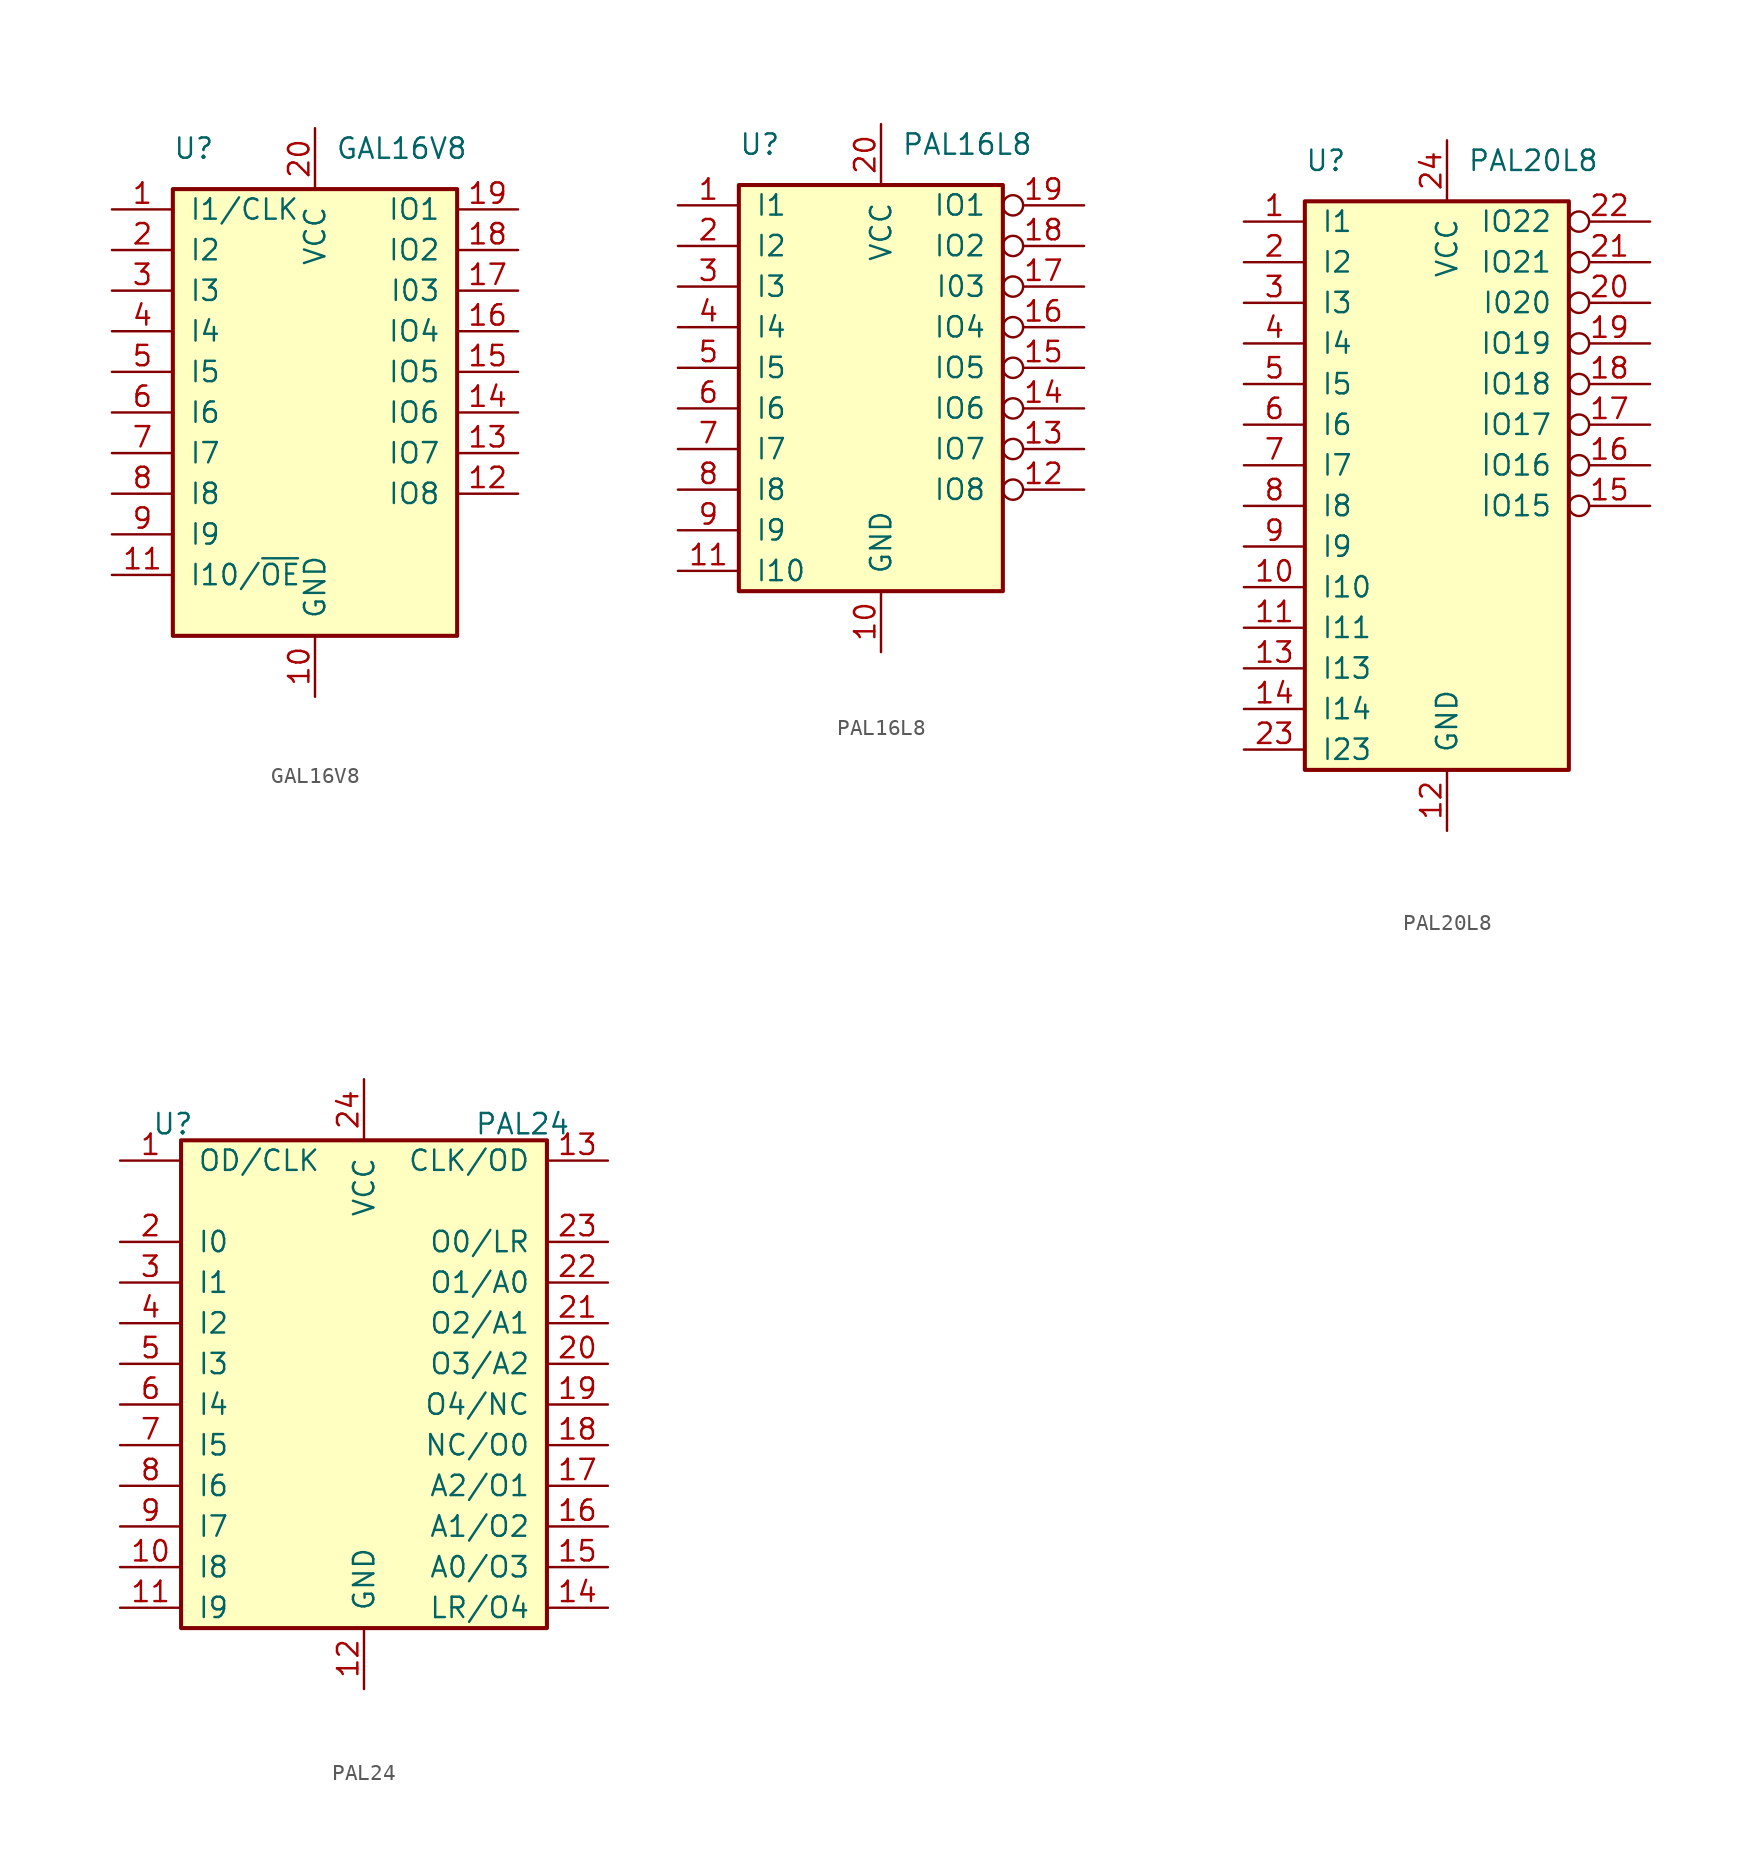
<source format=kicad_sym>
(kicad_symbol_lib
  (version 20231120)
  (generator "kicad_symbol_editor")
  (generator_version "8.0")
  (symbol "GAL16V8"
    (pin_names
      (offset 1.016))
    (property "Reference" "U"
      (at -8.89 16.51 0)
      (effects (font (size 1.27 1.27)) (justify left)))
    (property "Value" "GAL16V8"
      (at 1.27 16.51 0)
      (effects (font (size 1.27 1.27)) (justify left)))
    (symbol "GAL16V8_0_0"
      (pin power_in line (at 0 -17.78 90) (length 3.81) (name "GND" (effects (font (size 1.27 1.27)))) (number "10" (effects (font (size 1.27 1.27)))))
      (pin power_in line (at 0 17.78 270) (length 3.81) (name "VCC" (effects (font (size 1.27 1.27)))) (number "20" (effects (font (size 1.27 1.27))))))
    (symbol "GAL16V8_0_1"
      (rectangle (start -8.89 13.97) (end 8.89 -13.97) (stroke (width 0.254) (type default)) (fill (type background))))
    (symbol "GAL16V8_1_1"
      (pin input line (at -12.7 12.7 0) (length 3.81) (name "I1/CLK" (effects (font (size 1.27 1.27)))) (number "1" (effects (font (size 1.27 1.27)))))
      (pin input line (at -12.7 -10.16 0) (length 3.81) (name "I10/~{OE}" (effects (font (size 1.27 1.27)))) (number "11" (effects (font (size 1.27 1.27)))))
      (pin tri_state line (at 12.7 -5.08 180) (length 3.81) (name "IO8" (effects (font (size 1.27 1.27)))) (number "12" (effects (font (size 1.27 1.27)))))
      (pin tri_state line (at 12.7 -2.54 180) (length 3.81) (name "IO7" (effects (font (size 1.27 1.27)))) (number "13" (effects (font (size 1.27 1.27)))))
      (pin tri_state line (at 12.7 0 180) (length 3.81) (name "IO6" (effects (font (size 1.27 1.27)))) (number "14" (effects (font (size 1.27 1.27)))))
      (pin tri_state line (at 12.7 2.54 180) (length 3.81) (name "IO5" (effects (font (size 1.27 1.27)))) (number "15" (effects (font (size 1.27 1.27)))))
      (pin tri_state line (at 12.7 5.08 180) (length 3.81) (name "IO4" (effects (font (size 1.27 1.27)))) (number "16" (effects (font (size 1.27 1.27)))))
      (pin tri_state line (at 12.7 7.62 180) (length 3.81) (name "I03" (effects (font (size 1.27 1.27)))) (number "17" (effects (font (size 1.27 1.27)))))
      (pin tri_state line (at 12.7 10.16 180) (length 3.81) (name "IO2" (effects (font (size 1.27 1.27)))) (number "18" (effects (font (size 1.27 1.27)))))
      (pin tri_state line (at 12.7 12.7 180) (length 3.81) (name "IO1" (effects (font (size 1.27 1.27)))) (number "19" (effects (font (size 1.27 1.27)))))
      (pin input line (at -12.7 10.16 0) (length 3.81) (name "I2" (effects (font (size 1.27 1.27)))) (number "2" (effects (font (size 1.27 1.27)))))
      (pin input line (at -12.7 7.62 0) (length 3.81) (name "I3" (effects (font (size 1.27 1.27)))) (number "3" (effects (font (size 1.27 1.27)))))
      (pin input line (at -12.7 5.08 0) (length 3.81) (name "I4" (effects (font (size 1.27 1.27)))) (number "4" (effects (font (size 1.27 1.27)))))
      (pin input line (at -12.7 2.54 0) (length 3.81) (name "I5" (effects (font (size 1.27 1.27)))) (number "5" (effects (font (size 1.27 1.27)))))
      (pin input line (at -12.7 0 0) (length 3.81) (name "I6" (effects (font (size 1.27 1.27)))) (number "6" (effects (font (size 1.27 1.27)))))
      (pin input line (at -12.7 -2.54 0) (length 3.81) (name "I7" (effects (font (size 1.27 1.27)))) (number "7" (effects (font (size 1.27 1.27)))))
      (pin input line (at -12.7 -5.08 0) (length 3.81) (name "I8" (effects (font (size 1.27 1.27)))) (number "8" (effects (font (size 1.27 1.27)))))
      (pin input line (at -12.7 -7.62 0) (length 3.81) (name "I9" (effects (font (size 1.27 1.27)))) (number "9" (effects (font (size 1.27 1.27)))))))
  (symbol "PAL16L8"
    (pin_names
      (offset 1.016))
    (property "Reference" "U"
      (at -8.89 16.51 0)
      (effects (font (size 1.27 1.27)) (justify left)))
    (property "Value" "PAL16L8"
      (at 1.27 16.51 0)
      (effects (font (size 1.27 1.27)) (justify left)))
    (symbol "PAL16L8_0_0"
      (pin power_in line (at 0 -15.24 90) (length 3.81) (name "GND" (effects (font (size 1.27 1.27)))) (number "10" (effects (font (size 1.27 1.27)))))
      (pin power_in line (at 0 17.78 270) (length 3.81) (name "VCC" (effects (font (size 1.27 1.27)))) (number "20" (effects (font (size 1.27 1.27))))))
    (symbol "PAL16L8_0_1"
      (rectangle (start -8.89 13.97) (end 7.62 -11.43) (stroke (width 0.254) (type default)) (fill (type background))))
    (symbol "PAL16L8_1_1"
      (pin input line (at -12.7 12.7 0) (length 3.81) (name "I1" (effects (font (size 1.27 1.27)))) (number "1" (effects (font (size 1.27 1.27)))))
      (pin input line (at -12.7 -10.16 0) (length 3.81) (name "I10" (effects (font (size 1.27 1.27)))) (number "11" (effects (font (size 1.27 1.27)))))
      (pin tri_state inverted (at 12.7 -5.08 180) (length 5.08) (name "IO8" (effects (font (size 1.27 1.27)))) (number "12" (effects (font (size 1.27 1.27)))))
      (pin tri_state inverted (at 12.7 -2.54 180) (length 5.08) (name "IO7" (effects (font (size 1.27 1.27)))) (number "13" (effects (font (size 1.27 1.27)))))
      (pin tri_state inverted (at 12.7 0 180) (length 5.08) (name "IO6" (effects (font (size 1.27 1.27)))) (number "14" (effects (font (size 1.27 1.27)))))
      (pin tri_state inverted (at 12.7 2.54 180) (length 5.08) (name "IO5" (effects (font (size 1.27 1.27)))) (number "15" (effects (font (size 1.27 1.27)))))
      (pin tri_state inverted (at 12.7 5.08 180) (length 5.08) (name "IO4" (effects (font (size 1.27 1.27)))) (number "16" (effects (font (size 1.27 1.27)))))
      (pin tri_state inverted (at 12.7 7.62 180) (length 5.08) (name "I03" (effects (font (size 1.27 1.27)))) (number "17" (effects (font (size 1.27 1.27)))))
      (pin tri_state inverted (at 12.7 10.16 180) (length 5.08) (name "IO2" (effects (font (size 1.27 1.27)))) (number "18" (effects (font (size 1.27 1.27)))))
      (pin tri_state inverted (at 12.7 12.7 180) (length 5.08) (name "IO1" (effects (font (size 1.27 1.27)))) (number "19" (effects (font (size 1.27 1.27)))))
      (pin input line (at -12.7 10.16 0) (length 3.81) (name "I2" (effects (font (size 1.27 1.27)))) (number "2" (effects (font (size 1.27 1.27)))))
      (pin input line (at -12.7 7.62 0) (length 3.81) (name "I3" (effects (font (size 1.27 1.27)))) (number "3" (effects (font (size 1.27 1.27)))))
      (pin input line (at -12.7 5.08 0) (length 3.81) (name "I4" (effects (font (size 1.27 1.27)))) (number "4" (effects (font (size 1.27 1.27)))))
      (pin input line (at -12.7 2.54 0) (length 3.81) (name "I5" (effects (font (size 1.27 1.27)))) (number "5" (effects (font (size 1.27 1.27)))))
      (pin input line (at -12.7 0 0) (length 3.81) (name "I6" (effects (font (size 1.27 1.27)))) (number "6" (effects (font (size 1.27 1.27)))))
      (pin input line (at -12.7 -2.54 0) (length 3.81) (name "I7" (effects (font (size 1.27 1.27)))) (number "7" (effects (font (size 1.27 1.27)))))
      (pin input line (at -12.7 -5.08 0) (length 3.81) (name "I8" (effects (font (size 1.27 1.27)))) (number "8" (effects (font (size 1.27 1.27)))))
      (pin input line (at -12.7 -7.62 0) (length 3.81) (name "I9" (effects (font (size 1.27 1.27)))) (number "9" (effects (font (size 1.27 1.27)))))))
  (symbol "PAL20L8"
    (pin_names
      (offset 1.016))
    (property "Reference" "U"
      (at -8.89 21.59 0)
      (effects (font (size 1.27 1.27)) (justify left)))
    (property "Value" "PAL20L8"
      (at 1.27 21.59 0)
      (effects (font (size 1.27 1.27)) (justify left)))
    (symbol "PAL20L8_0_0"
      (pin power_in line (at 0 -20.32 90) (length 3.81) (name "GND" (effects (font (size 1.27 1.27)))) (number "12" (effects (font (size 1.27 1.27)))))
      (pin power_in line (at 0 22.86 270) (length 3.81) (name "VCC" (effects (font (size 1.27 1.27)))) (number "24" (effects (font (size 1.27 1.27))))))
    (symbol "PAL20L8_0_1"
      (rectangle (start -8.89 19.05) (end 7.62 -16.51) (stroke (width 0.254) (type default)) (fill (type background))))
    (symbol "PAL20L8_1_1"
      (pin input line (at -12.7 17.78 0) (length 3.81) (name "I1" (effects (font (size 1.27 1.27)))) (number "1" (effects (font (size 1.27 1.27)))))
      (pin input line (at -12.7 -5.08 0) (length 3.81) (name "I10" (effects (font (size 1.27 1.27)))) (number "10" (effects (font (size 1.27 1.27)))))
      (pin input line (at -12.7 -7.62 0) (length 3.81) (name "I11" (effects (font (size 1.27 1.27)))) (number "11" (effects (font (size 1.27 1.27)))))
      (pin input line (at -12.7 -10.16 0) (length 3.81) (name "I13" (effects (font (size 1.27 1.27)))) (number "13" (effects (font (size 1.27 1.27)))))
      (pin input line (at -12.7 -12.7 0) (length 3.81) (name "I14" (effects (font (size 1.27 1.27)))) (number "14" (effects (font (size 1.27 1.27)))))
      (pin tri_state inverted (at 12.7 0 180) (length 5.08) (name "IO15" (effects (font (size 1.27 1.27)))) (number "15" (effects (font (size 1.27 1.27)))))
      (pin tri_state inverted (at 12.7 2.54 180) (length 5.08) (name "IO16" (effects (font (size 1.27 1.27)))) (number "16" (effects (font (size 1.27 1.27)))))
      (pin tri_state inverted (at 12.7 5.08 180) (length 5.08) (name "IO17" (effects (font (size 1.27 1.27)))) (number "17" (effects (font (size 1.27 1.27)))))
      (pin tri_state inverted (at 12.7 7.62 180) (length 5.08) (name "IO18" (effects (font (size 1.27 1.27)))) (number "18" (effects (font (size 1.27 1.27)))))
      (pin tri_state inverted (at 12.7 10.16 180) (length 5.08) (name "IO19" (effects (font (size 1.27 1.27)))) (number "19" (effects (font (size 1.27 1.27)))))
      (pin input line (at -12.7 15.24 0) (length 3.81) (name "I2" (effects (font (size 1.27 1.27)))) (number "2" (effects (font (size 1.27 1.27)))))
      (pin tri_state inverted (at 12.7 12.7 180) (length 5.08) (name "I020" (effects (font (size 1.27 1.27)))) (number "20" (effects (font (size 1.27 1.27)))))
      (pin tri_state inverted (at 12.7 15.24 180) (length 5.08) (name "IO21" (effects (font (size 1.27 1.27)))) (number "21" (effects (font (size 1.27 1.27)))))
      (pin tri_state inverted (at 12.7 17.78 180) (length 5.08) (name "IO22" (effects (font (size 1.27 1.27)))) (number "22" (effects (font (size 1.27 1.27)))))
      (pin input line (at -12.7 -15.24 0) (length 3.81) (name "I23" (effects (font (size 1.27 1.27)))) (number "23" (effects (font (size 1.27 1.27)))))
      (pin input line (at -12.7 12.7 0) (length 3.81) (name "I3" (effects (font (size 1.27 1.27)))) (number "3" (effects (font (size 1.27 1.27)))))
      (pin input line (at -12.7 10.16 0) (length 3.81) (name "I4" (effects (font (size 1.27 1.27)))) (number "4" (effects (font (size 1.27 1.27)))))
      (pin input line (at -12.7 7.62 0) (length 3.81) (name "I5" (effects (font (size 1.27 1.27)))) (number "5" (effects (font (size 1.27 1.27)))))
      (pin input line (at -12.7 5.08 0) (length 3.81) (name "I6" (effects (font (size 1.27 1.27)))) (number "6" (effects (font (size 1.27 1.27)))))
      (pin input line (at -12.7 2.54 0) (length 3.81) (name "I7" (effects (font (size 1.27 1.27)))) (number "7" (effects (font (size 1.27 1.27)))))
      (pin input line (at -12.7 0 0) (length 3.81) (name "I8" (effects (font (size 1.27 1.27)))) (number "8" (effects (font (size 1.27 1.27)))))
      (pin input line (at -12.7 -2.54 0) (length 3.81) (name "I9" (effects (font (size 1.27 1.27)))) (number "9" (effects (font (size 1.27 1.27)))))))
  (symbol "PAL24"
    (pin_names
      (offset 1.016))
    (property "Reference" "U"
      (at -11.938 17.526 0)
      (effects (font (size 1.27 1.27))))
    (property "Value" "PAL24"
      (at 9.906 17.526 0)
      (effects (font (size 1.27 1.27))))
    (symbol "PAL24_0_1"
      (rectangle (start -11.43 -13.97) (end 11.43 16.51) (stroke (width 0.254) (type default)) (fill (type background))))
    (symbol "PAL24_1_1"
      (pin passive line (at -15.24 15.24 0) (length 3.81) (name "OD/CLK" (effects (font (size 1.27 1.27)))) (number "1" (effects (font (size 1.27 1.27)))))
      (pin passive line (at -15.24 -10.16 0) (length 3.81) (name "I8" (effects (font (size 1.27 1.27)))) (number "10" (effects (font (size 1.27 1.27)))))
      (pin passive line (at -15.24 -12.7 0) (length 3.81) (name "I9" (effects (font (size 1.27 1.27)))) (number "11" (effects (font (size 1.27 1.27)))))
      (pin passive line (at 0 -17.78 90) (length 3.81) (name "GND" (effects (font (size 1.27 1.27)))) (number "12" (effects (font (size 1.27 1.27)))))
      (pin passive line (at 15.24 15.24 180) (length 3.81) (name "CLK/OD" (effects (font (size 1.27 1.27)))) (number "13" (effects (font (size 1.27 1.27)))))
      (pin passive line (at 15.24 -12.7 180) (length 3.81) (name "LR/O4" (effects (font (size 1.27 1.27)))) (number "14" (effects (font (size 1.27 1.27)))))
      (pin passive line (at 15.24 -10.16 180) (length 3.81) (name "A0/O3" (effects (font (size 1.27 1.27)))) (number "15" (effects (font (size 1.27 1.27)))))
      (pin passive line (at 15.24 -7.62 180) (length 3.81) (name "A1/O2" (effects (font (size 1.27 1.27)))) (number "16" (effects (font (size 1.27 1.27)))))
      (pin passive line (at 15.24 -5.08 180) (length 3.81) (name "A2/O1" (effects (font (size 1.27 1.27)))) (number "17" (effects (font (size 1.27 1.27)))))
      (pin passive line (at 15.24 -2.54 180) (length 3.81) (name "NC/O0" (effects (font (size 1.27 1.27)))) (number "18" (effects (font (size 1.27 1.27)))))
      (pin passive line (at 15.24 0 180) (length 3.81) (name "O4/NC" (effects (font (size 1.27 1.27)))) (number "19" (effects (font (size 1.27 1.27)))))
      (pin passive line (at -15.24 10.16 0) (length 3.81) (name "I0" (effects (font (size 1.27 1.27)))) (number "2" (effects (font (size 1.27 1.27)))))
      (pin passive line (at 15.24 2.54 180) (length 3.81) (name "O3/A2" (effects (font (size 1.27 1.27)))) (number "20" (effects (font (size 1.27 1.27)))))
      (pin passive line (at 15.24 5.08 180) (length 3.81) (name "O2/A1" (effects (font (size 1.27 1.27)))) (number "21" (effects (font (size 1.27 1.27)))))
      (pin passive line (at 15.24 7.62 180) (length 3.81) (name "O1/A0" (effects (font (size 1.27 1.27)))) (number "22" (effects (font (size 1.27 1.27)))))
      (pin passive line (at 15.24 10.16 180) (length 3.81) (name "O0/LR" (effects (font (size 1.27 1.27)))) (number "23" (effects (font (size 1.27 1.27)))))
      (pin passive line (at 0 20.32 270) (length 3.81) (name "VCC" (effects (font (size 1.27 1.27)))) (number "24" (effects (font (size 1.27 1.27)))))
      (pin passive line (at -15.24 7.62 0) (length 3.81) (name "I1" (effects (font (size 1.27 1.27)))) (number "3" (effects (font (size 1.27 1.27)))))
      (pin passive line (at -15.24 5.08 0) (length 3.81) (name "I2" (effects (font (size 1.27 1.27)))) (number "4" (effects (font (size 1.27 1.27)))))
      (pin passive line (at -15.24 2.54 0) (length 3.81) (name "I3" (effects (font (size 1.27 1.27)))) (number "5" (effects (font (size 1.27 1.27)))))
      (pin passive line (at -15.24 0 0) (length 3.81) (name "I4" (effects (font (size 1.27 1.27)))) (number "6" (effects (font (size 1.27 1.27)))))
      (pin passive line (at -15.24 -2.54 0) (length 3.81) (name "I5" (effects (font (size 1.27 1.27)))) (number "7" (effects (font (size 1.27 1.27)))))
      (pin passive line (at -15.24 -5.08 0) (length 3.81) (name "I6" (effects (font (size 1.27 1.27)))) (number "8" (effects (font (size 1.27 1.27)))))
      (pin passive line (at -15.24 -7.62 0) (length 3.81) (name "I7" (effects (font (size 1.27 1.27)))) (number "9" (effects (font (size 1.27 1.27))))))))
</source>
